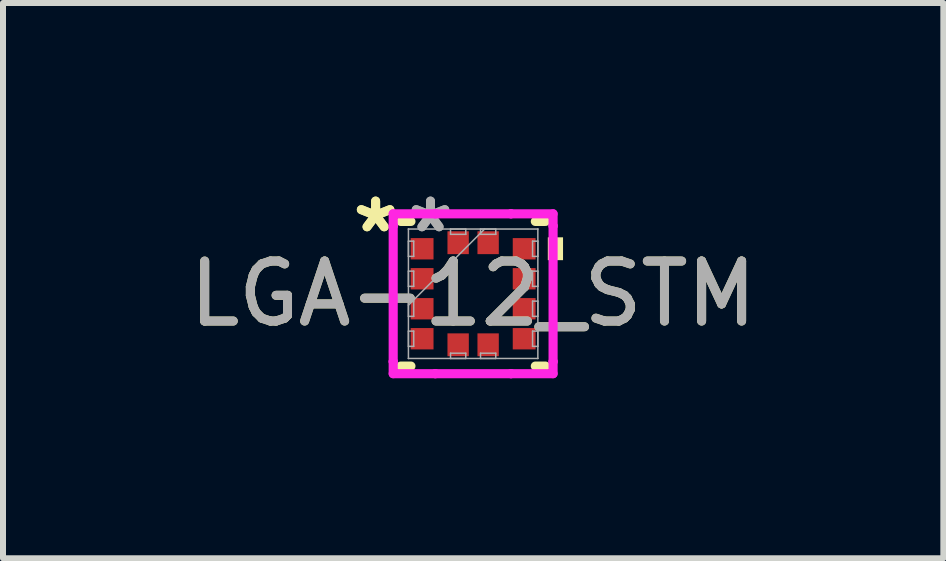
<source format=kicad_pcb>
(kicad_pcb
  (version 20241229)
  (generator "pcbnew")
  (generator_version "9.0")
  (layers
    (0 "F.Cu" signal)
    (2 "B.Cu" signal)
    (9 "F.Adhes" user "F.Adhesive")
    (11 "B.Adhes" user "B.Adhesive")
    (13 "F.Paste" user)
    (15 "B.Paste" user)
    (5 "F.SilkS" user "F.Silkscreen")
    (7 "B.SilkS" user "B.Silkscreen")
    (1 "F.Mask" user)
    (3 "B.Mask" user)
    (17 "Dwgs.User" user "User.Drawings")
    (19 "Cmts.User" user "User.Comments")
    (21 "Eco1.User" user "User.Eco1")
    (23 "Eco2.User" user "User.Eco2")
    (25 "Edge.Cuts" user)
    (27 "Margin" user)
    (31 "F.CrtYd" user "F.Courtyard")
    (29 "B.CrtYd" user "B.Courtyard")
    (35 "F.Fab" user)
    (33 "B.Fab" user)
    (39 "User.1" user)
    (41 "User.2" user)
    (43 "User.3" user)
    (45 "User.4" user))
  (footprint "LGA-12_STM"
    (layer "F.Cu")
    (at 4.839 1.848)
    (property "Reference" "LGA-12_STM" (at 0 0 0) (unlocked yes) (layer "F.SilkS") (effects (font (size 1 1) (thickness 0.15))))
    (attr smd)
    (fp_line (start -1.206 1.206) (end -1.037 1.206) (stroke (width 0.152) (type solid)) (layer "F.SilkS"))
    (fp_line (start -1.037 -1.206) (end -1.206 -1.206) (stroke (width 0.152) (type solid)) (layer "F.SilkS"))
    (fp_line (start 1.037 1.206) (end 1.206 1.206) (stroke (width 0.152) (type solid)) (layer "F.SilkS"))
    (fp_line (start 1.206 -1.206) (end 1.037 -1.206) (stroke (width 0.152) (type solid)) (layer "F.SilkS"))
    (fp_poly (pts (xy 1.499 -0.941) (xy 1.499 -0.56) (xy 1.245 -0.56) (xy 1.245 -0.941)) (stroke (width 0) (type solid)) (fill yes) (layer "F.SilkS"))
    (fp_line (start -1.333 -1.333) (end -0.631 -1.333) (stroke (width 0.152) (type solid)) (layer "F.CrtYd"))
    (fp_line (start -1.333 -1.131) (end -1.333 -1.333) (stroke (width 0.152) (type solid)) (layer "F.CrtYd"))
    (fp_line (start -1.333 -1.131) (end -1.333 -1.131) (stroke (width 0.152) (type solid)) (layer "F.CrtYd"))
    (fp_line (start -1.333 1.131) (end -1.333 -1.131) (stroke (width 0.152) (type solid)) (layer "F.CrtYd"))
    (fp_line (start -1.333 1.131) (end -1.333 1.131) (stroke (width 0.152) (type solid)) (layer "F.CrtYd"))
    (fp_line (start -1.333 1.333) (end -1.333 1.131) (stroke (width 0.152) (type solid)) (layer "F.CrtYd"))
    (fp_line (start -0.631 -1.333) (end -0.631 -1.333) (stroke (width 0.152) (type solid)) (layer "F.CrtYd"))
    (fp_line (start -0.631 -1.333) (end 0.631 -1.333) (stroke (width 0.152) (type solid)) (layer "F.CrtYd"))
    (fp_line (start -0.631 1.333) (end -1.333 1.333) (stroke (width 0.152) (type solid)) (layer "F.CrtYd"))
    (fp_line (start -0.631 1.333) (end -0.631 1.333) (stroke (width 0.152) (type solid)) (layer "F.CrtYd"))
    (fp_line (start 0.631 -1.333) (end 0.631 -1.333) (stroke (width 0.152) (type solid)) (layer "F.CrtYd"))
    (fp_line (start 0.631 -1.333) (end 1.333 -1.333) (stroke (width 0.152) (type solid)) (layer "F.CrtYd"))
    (fp_line (start 0.631 1.333) (end -0.631 1.333) (stroke (width 0.152) (type solid)) (layer "F.CrtYd"))
    (fp_line (start 0.631 1.333) (end 0.631 1.333) (stroke (width 0.152) (type solid)) (layer "F.CrtYd"))
    (fp_line (start 1.333 -1.333) (end 1.333 -1.131) (stroke (width 0.152) (type solid)) (layer "F.CrtYd"))
    (fp_line (start 1.333 -1.131) (end 1.333 -1.131) (stroke (width 0.152) (type solid)) (layer "F.CrtYd"))
    (fp_line (start 1.333 -1.131) (end 1.333 1.131) (stroke (width 0.152) (type solid)) (layer "F.CrtYd"))
    (fp_line (start 1.333 1.131) (end 1.333 1.131) (stroke (width 0.152) (type solid)) (layer "F.CrtYd"))
    (fp_line (start 1.333 1.131) (end 1.333 1.333) (stroke (width 0.152) (type solid)) (layer "F.CrtYd"))
    (fp_line (start 1.333 1.333) (end 0.631 1.333) (stroke (width 0.152) (type solid)) (layer "F.CrtYd"))
    (fp_line (start -1.079 -1.079) (end -1.079 -1.079) (stroke (width 0.025) (type solid)) (layer "F.Fab"))
    (fp_line (start -1.079 -1.079) (end -1.079 1.079) (stroke (width 0.025) (type solid)) (layer "F.Fab"))
    (fp_line (start -1.079 -0.877) (end -0.991 -0.877) (stroke (width 0.025) (type solid)) (layer "F.Fab"))
    (fp_line (start -1.079 -0.623) (end -1.079 -0.877) (stroke (width 0.025) (type solid)) (layer "F.Fab"))
    (fp_line (start -1.079 -0.377) (end -0.991 -0.377) (stroke (width 0.025) (type solid)) (layer "F.Fab"))
    (fp_line (start -1.079 -0.123) (end -1.079 -0.377) (stroke (width 0.025) (type solid)) (layer "F.Fab"))
    (fp_line (start -1.079 0.123) (end -0.991 0.123) (stroke (width 0.025) (type solid)) (layer "F.Fab"))
    (fp_line (start -1.079 0.191) (end 0.191 -1.079) (stroke (width 0.025) (type solid)) (layer "F.Fab"))
    (fp_line (start -1.079 0.377) (end -1.079 0.123) (stroke (width 0.025) (type solid)) (layer "F.Fab"))
    (fp_line (start -1.079 0.623) (end -0.991 0.623) (stroke (width 0.025) (type solid)) (layer "F.Fab"))
    (fp_line (start -1.079 0.877) (end -1.079 0.623) (stroke (width 0.025) (type solid)) (layer "F.Fab"))
    (fp_line (start -1.079 1.079) (end -1.079 1.079) (stroke (width 0.025) (type solid)) (layer "F.Fab"))
    (fp_line (start -1.079 1.079) (end 1.079 1.079) (stroke (width 0.025) (type solid)) (layer "F.Fab"))
    (fp_line (start -0.991 -0.877) (end -0.991 -0.623) (stroke (width 0.025) (type solid)) (layer "F.Fab"))
    (fp_line (start -0.991 -0.623) (end -1.079 -0.623) (stroke (width 0.025) (type solid)) (layer "F.Fab"))
    (fp_line (start -0.991 -0.377) (end -0.991 -0.123) (stroke (width 0.025) (type solid)) (layer "F.Fab"))
    (fp_line (start -0.991 -0.123) (end -1.079 -0.123) (stroke (width 0.025) (type solid)) (layer "F.Fab"))
    (fp_line (start -0.991 0.123) (end -0.991 0.377) (stroke (width 0.025) (type solid)) (layer "F.Fab"))
    (fp_line (start -0.991 0.377) (end -1.079 0.377) (stroke (width 0.025) (type solid)) (layer "F.Fab"))
    (fp_line (start -0.991 0.623) (end -0.991 0.877) (stroke (width 0.025) (type solid)) (layer "F.Fab"))
    (fp_line (start -0.991 0.877) (end -1.079 0.877) (stroke (width 0.025) (type solid)) (layer "F.Fab"))
    (fp_line (start -0.377 -1.079) (end -0.123 -1.079) (stroke (width 0.025) (type solid)) (layer "F.Fab"))
    (fp_line (start -0.377 -0.991) (end -0.377 -1.079) (stroke (width 0.025) (type solid)) (layer "F.Fab"))
    (fp_line (start -0.377 0.991) (end -0.123 0.991) (stroke (width 0.025) (type solid)) (layer "F.Fab"))
    (fp_line (start -0.377 1.079) (end -0.377 0.991) (stroke (width 0.025) (type solid)) (layer "F.Fab"))
    (fp_line (start -0.123 -1.079) (end -0.123 -0.991) (stroke (width 0.025) (type solid)) (layer "F.Fab"))
    (fp_line (start -0.123 -0.991) (end -0.377 -0.991) (stroke (width 0.025) (type solid)) (layer "F.Fab"))
    (fp_line (start -0.123 0.991) (end -0.123 1.079) (stroke (width 0.025) (type solid)) (layer "F.Fab"))
    (fp_line (start -0.123 1.079) (end -0.377 1.079) (stroke (width 0.025) (type solid)) (layer "F.Fab"))
    (fp_line (start 0.123 -1.079) (end 0.377 -1.079) (stroke (width 0.025) (type solid)) (layer "F.Fab"))
    (fp_line (start 0.123 -0.991) (end 0.123 -1.079) (stroke (width 0.025) (type solid)) (layer "F.Fab"))
    (fp_line (start 0.123 0.991) (end 0.377 0.991) (stroke (width 0.025) (type solid)) (layer "F.Fab"))
    (fp_line (start 0.123 1.079) (end 0.123 0.991) (stroke (width 0.025) (type solid)) (layer "F.Fab"))
    (fp_line (start 0.377 -1.079) (end 0.377 -0.991) (stroke (width 0.025) (type solid)) (layer "F.Fab"))
    (fp_line (start 0.377 -0.991) (end 0.123 -0.991) (stroke (width 0.025) (type solid)) (layer "F.Fab"))
    (fp_line (start 0.377 0.991) (end 0.377 1.079) (stroke (width 0.025) (type solid)) (layer "F.Fab"))
    (fp_line (start 0.377 1.079) (end 0.123 1.079) (stroke (width 0.025) (type solid)) (layer "F.Fab"))
    (fp_line (start 0.991 -0.877) (end 1.079 -0.877) (stroke (width 0.025) (type solid)) (layer "F.Fab"))
    (fp_line (start 0.991 -0.623) (end 0.991 -0.877) (stroke (width 0.025) (type solid)) (layer "F.Fab"))
    (fp_line (start 0.991 -0.377) (end 1.079 -0.377) (stroke (width 0.025) (type solid)) (layer "F.Fab"))
    (fp_line (start 0.991 -0.123) (end 0.991 -0.377) (stroke (width 0.025) (type solid)) (layer "F.Fab"))
    (fp_line (start 0.991 0.123) (end 1.079 0.123) (stroke (width 0.025) (type solid)) (layer "F.Fab"))
    (fp_line (start 0.991 0.377) (end 0.991 0.123) (stroke (width 0.025) (type solid)) (layer "F.Fab"))
    (fp_line (start 0.991 0.623) (end 1.079 0.623) (stroke (width 0.025) (type solid)) (layer "F.Fab"))
    (fp_line (start 0.991 0.877) (end 0.991 0.623) (stroke (width 0.025) (type solid)) (layer "F.Fab"))
    (fp_line (start 1.079 -1.079) (end -1.079 -1.079) (stroke (width 0.025) (type solid)) (layer "F.Fab"))
    (fp_line (start 1.079 -1.079) (end 1.079 -1.079) (stroke (width 0.025) (type solid)) (layer "F.Fab"))
    (fp_line (start 1.079 -0.877) (end 1.079 -0.623) (stroke (width 0.025) (type solid)) (layer "F.Fab"))
    (fp_line (start 1.079 -0.623) (end 0.991 -0.623) (stroke (width 0.025) (type solid)) (layer "F.Fab"))
    (fp_line (start 1.079 -0.377) (end 1.079 -0.123) (stroke (width 0.025) (type solid)) (layer "F.Fab"))
    (fp_line (start 1.079 -0.123) (end 0.991 -0.123) (stroke (width 0.025) (type solid)) (layer "F.Fab"))
    (fp_line (start 1.079 0.123) (end 1.079 0.377) (stroke (width 0.025) (type solid)) (layer "F.Fab"))
    (fp_line (start 1.079 0.377) (end 0.991 0.377) (stroke (width 0.025) (type solid)) (layer "F.Fab"))
    (fp_line (start 1.079 0.623) (end 1.079 0.877) (stroke (width 0.025) (type solid)) (layer "F.Fab"))
    (fp_line (start 1.079 0.877) (end 0.991 0.877) (stroke (width 0.025) (type solid)) (layer "F.Fab"))
    (fp_line (start 1.079 1.079) (end 1.079 -1.079) (stroke (width 0.025) (type solid)) (layer "F.Fab"))
    (fp_line (start 1.079 1.079) (end 1.079 1.079) (stroke (width 0.025) (type solid)) (layer "F.Fab"))
    (fp_text user "*" (at -1.626 -1 0) (unlocked yes) (layer "F.SilkS") (effects (font (size 1 1) (thickness 0.15))))
    (fp_text user "*" (at -1.626 -1 0) (layer "F.SilkS") (effects (font (size 1 1) (thickness 0.15))))
    (fp_text user "*" (at -0.711 -1 0) (unlocked yes) (layer "F.Fab") (effects (font (size 1 1) (thickness 0.15))))
    (fp_text user "${REFERENCE}" (at 0 0 0) (unlocked yes) (layer "F.Fab") (effects (font (size 1 1) (thickness 0.15))))
    (fp_text user "*" (at -0.711 -1 0) (layer "F.Fab") (effects (font (size 1 1) (thickness 0.15))))
    (pad "1" smd rect (at -0.851 -0.75 90) (size 0.356 0.381) (layers "F.Cu" "F.Mask" "F.Paste"))
    (pad "2" smd rect (at -0.851 -0.25 90) (size 0.356 0.381) (layers "F.Cu" "F.Mask" "F.Paste"))
    (pad "3" smd rect (at -0.851 0.25 90) (size 0.356 0.381) (layers "F.Cu" "F.Mask" "F.Paste"))
    (pad "4" smd rect (at -0.851 0.75 90) (size 0.356 0.381) (layers "F.Cu" "F.Mask" "F.Paste"))
    (pad "5" smd rect (at -0.25 0.851) (size 0.356 0.381) (layers "F.Cu" "F.Mask" "F.Paste"))
    (pad "6" smd rect (at 0.25 0.851) (size 0.356 0.381) (layers "F.Cu" "F.Mask" "F.Paste"))
    (pad "7" smd rect (at 0.851 0.75 90) (size 0.356 0.381) (layers "F.Cu" "F.Mask" "F.Paste"))
    (pad "8" smd rect (at 0.851 0.25 90) (size 0.356 0.381) (layers "F.Cu" "F.Mask" "F.Paste"))
    (pad "9" smd rect (at 0.851 -0.25 90) (size 0.356 0.381) (layers "F.Cu" "F.Mask" "F.Paste"))
    (pad "10" smd rect (at 0.851 -0.75 90) (size 0.356 0.381) (layers "F.Cu" "F.Mask" "F.Paste"))
    (pad "11" smd rect (at 0.25 -0.851) (size 0.356 0.381) (layers "F.Cu" "F.Mask" "F.Paste"))
    (pad "12" smd rect (at -0.25 -0.851) (size 0.356 0.381) (layers "F.Cu" "F.Mask" "F.Paste")))
  (gr_rect
    (start -3 -3)
    (end 12.679 6.258)
    (stroke (width 0.1) (type default))
    (fill no)
    (layer "Edge.Cuts")))
</source>
